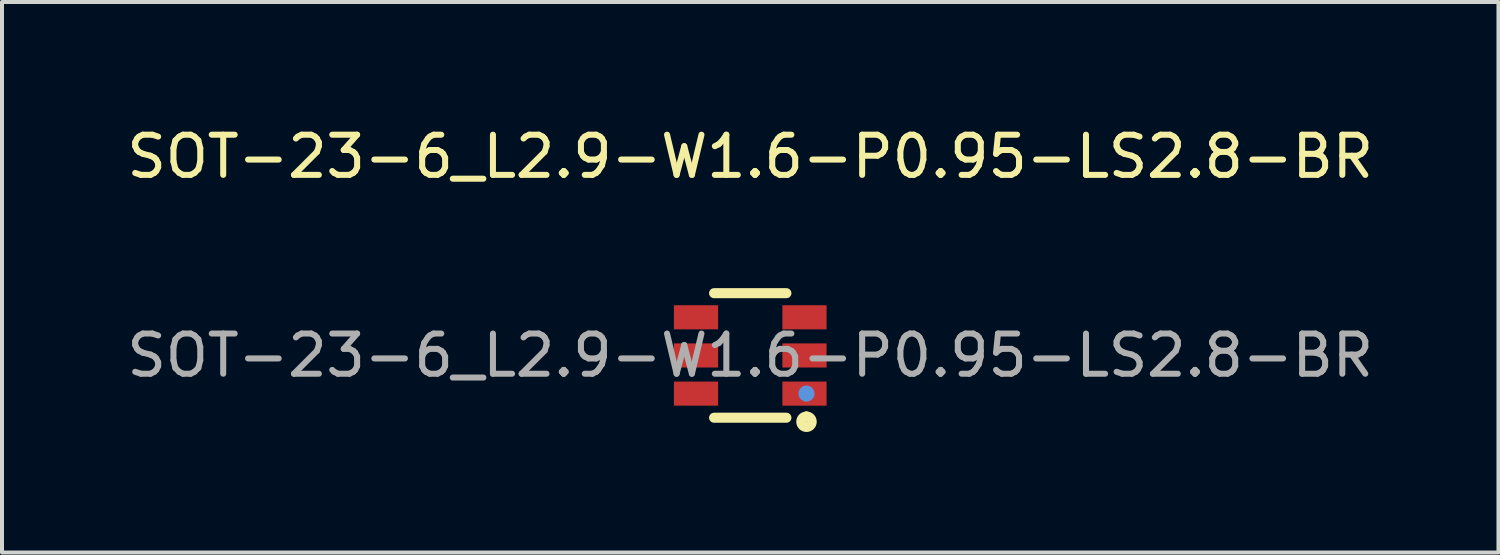
<source format=kicad_pcb>
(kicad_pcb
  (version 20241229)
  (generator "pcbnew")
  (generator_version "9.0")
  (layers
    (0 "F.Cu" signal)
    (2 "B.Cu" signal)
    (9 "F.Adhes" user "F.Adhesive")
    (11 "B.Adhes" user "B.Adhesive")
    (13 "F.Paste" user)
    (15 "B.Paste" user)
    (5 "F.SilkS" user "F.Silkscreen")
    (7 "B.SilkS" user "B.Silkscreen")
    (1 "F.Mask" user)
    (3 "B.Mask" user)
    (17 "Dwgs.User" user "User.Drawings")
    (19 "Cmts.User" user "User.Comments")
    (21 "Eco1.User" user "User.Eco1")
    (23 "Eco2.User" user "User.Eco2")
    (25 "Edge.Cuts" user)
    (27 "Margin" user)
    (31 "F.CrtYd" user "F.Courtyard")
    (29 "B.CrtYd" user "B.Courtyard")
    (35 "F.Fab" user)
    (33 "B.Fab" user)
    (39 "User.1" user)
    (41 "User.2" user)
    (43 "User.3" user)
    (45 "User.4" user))
  (footprint "SOT-23-6_L2.9-W1.6-P0.95-LS2.8-BR"
    (layer "F.Cu")
    (at 15.625 5.798)
    (property "Reference" "SOT-23-6_L2.9-W1.6-P0.95-LS2.8-BR" (at 0 -4.95 0) (layer "F.SilkS") (effects (font (size 1 1) (thickness 0.15))))
    (attr smd)
    (fp_line (start -0.9 -1.55) (end 0.9 -1.55) (stroke (width 0.25) (type solid)) (layer "F.SilkS"))
    (fp_line (start -0.9 1.55) (end 0.9 1.55) (stroke (width 0.25) (type solid)) (layer "F.SilkS"))
    (fp_circle (center 1.4 1.45) (end 1.43 1.45) (stroke (width 0.06) (type solid)) (fill no) (layer "F.SilkS"))
    (fp_circle (center 1.4 1.65) (end 1.53 1.65) (stroke (width 0.25) (type solid)) (fill no) (layer "F.SilkS"))
    (fp_circle (center 1.4 0.95) (end 1.5 0.95) (stroke (width 0.2) (type solid)) (fill no) (layer "Cmts.User"))
    (fp_text user "${REFERENCE}" (at 0 0 0) (layer "F.Fab") (effects (font (size 1 1) (thickness 0.15))))
    (pad "1" smd rect (at 1.35 0.95) (size 1.1 0.6) (layers "F.Cu" "F.Mask" "F.Paste"))
    (pad "2" smd rect (at 1.35 0) (size 1.1 0.6) (layers "F.Cu" "F.Mask" "F.Paste"))
    (pad "3" smd rect (at 1.35 -0.95) (size 1.1 0.6) (layers "F.Cu" "F.Mask" "F.Paste"))
    (pad "4" smd rect (at -1.35 -0.95) (size 1.1 0.6) (layers "F.Cu" "F.Mask" "F.Paste"))
    (pad "5" smd rect (at -1.35 0) (size 1.1 0.6) (layers "F.Cu" "F.Mask" "F.Paste"))
    (pad "6" smd rect (at -1.35 0.95) (size 1.1 0.6) (layers "F.Cu" "F.Mask" "F.Paste")))
  (gr_rect
    (start -3 -3)
    (end 34.25 10.703)
    (stroke (width 0.1) (type default))
    (fill no)
    (layer "Edge.Cuts")))
</source>
